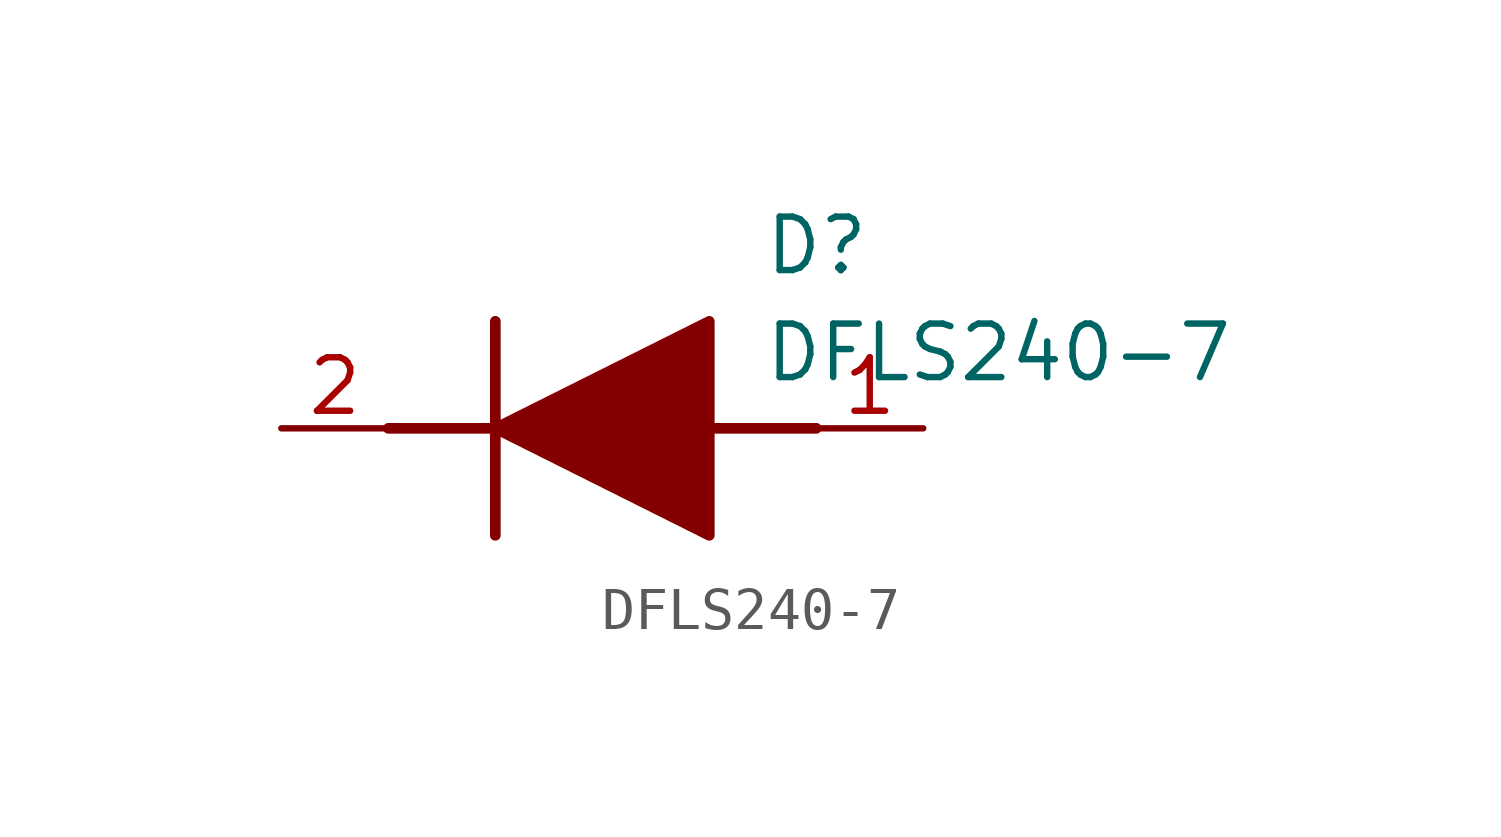
<source format=kicad_sym>
(kicad_symbol_lib
  (version 20220914)
  (generator kicad_symbol_editor)
  (symbol "DFLS240-7"
    (pin_names hide)
    (property "Reference" "D"
      (at 11.43 5.08 0)
      (effects (font (size 1.27 1.27)) (justify left top)))
    (property "Value" "DFLS240-7"
      (at 11.43 2.54 0)
      (effects (font (size 1.27 1.27)) (justify left top)))
    (symbol "DFLS240-7_1_1"
      (polyline (pts (xy 2.54 0) (xy 5.08 0)) (stroke (width 0.254) (type default)) (fill (type none)))
      (polyline (pts (xy 5.08 2.54) (xy 5.08 -2.54)) (stroke (width 0.254) (type default)) (fill (type none)))
      (polyline (pts (xy 10.16 0) (xy 12.7 0)) (stroke (width 0.254) (type default)) (fill (type none)))
      (polyline (pts (xy 5.08 0) (xy 10.16 2.54) (xy 10.16 -2.54) (xy 5.08 0)) (stroke (width 0.254) (type default)) (fill (type outline)))
      (pin passive line (at 15.24 0 180) (length 2.54) (name "A" (effects (font (size 1.27 1.27)))) (number "1" (effects (font (size 1.27 1.27)))))
      (pin passive line (at 0 0 0) (length 2.54) (name "K" (effects (font (size 1.27 1.27)))) (number "2" (effects (font (size 1.27 1.27))))))))
</source>
